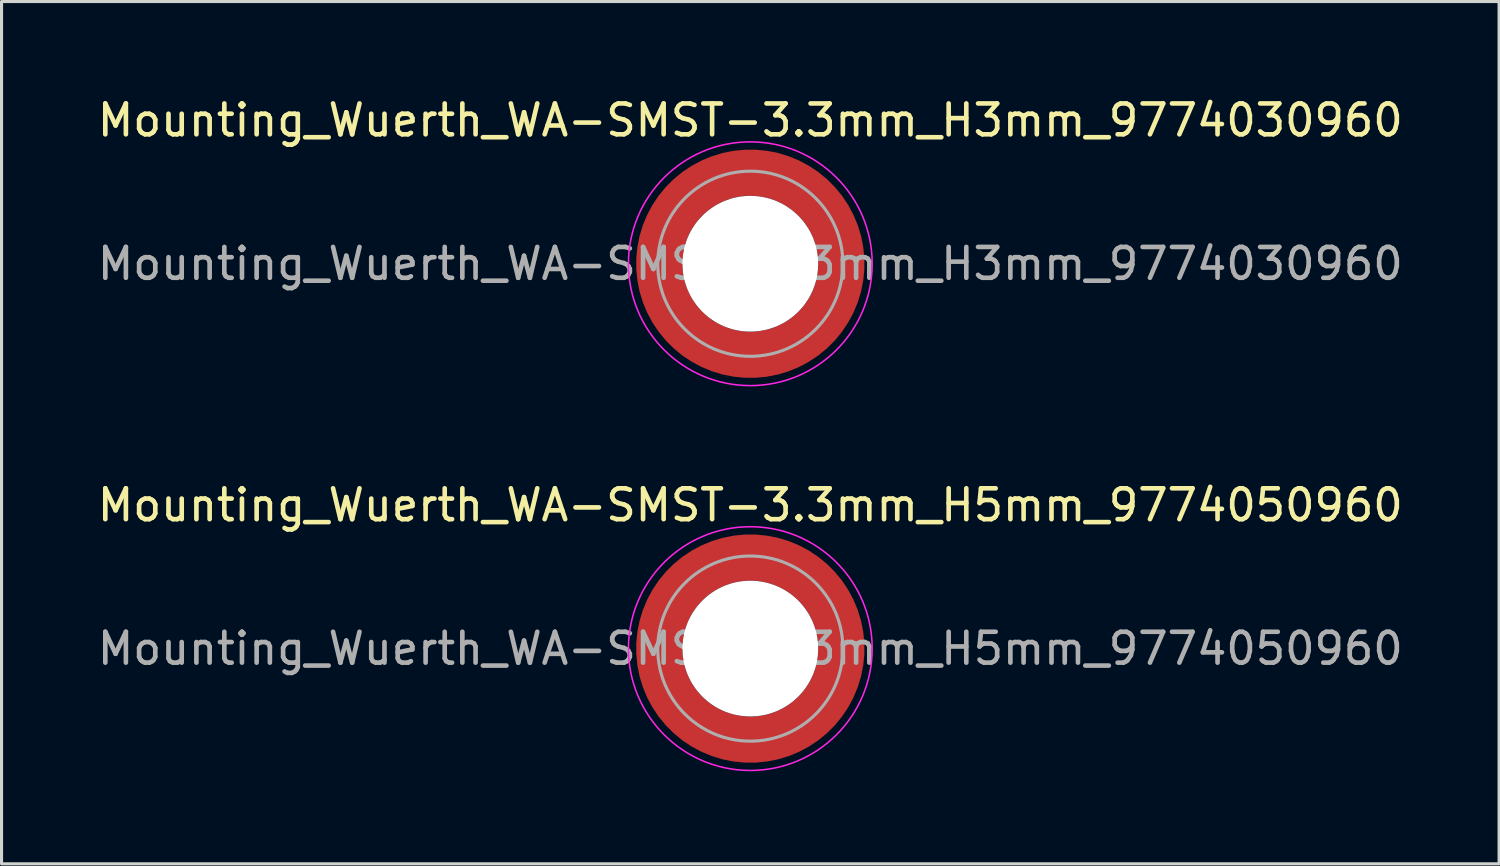
<source format=kicad_pcb>
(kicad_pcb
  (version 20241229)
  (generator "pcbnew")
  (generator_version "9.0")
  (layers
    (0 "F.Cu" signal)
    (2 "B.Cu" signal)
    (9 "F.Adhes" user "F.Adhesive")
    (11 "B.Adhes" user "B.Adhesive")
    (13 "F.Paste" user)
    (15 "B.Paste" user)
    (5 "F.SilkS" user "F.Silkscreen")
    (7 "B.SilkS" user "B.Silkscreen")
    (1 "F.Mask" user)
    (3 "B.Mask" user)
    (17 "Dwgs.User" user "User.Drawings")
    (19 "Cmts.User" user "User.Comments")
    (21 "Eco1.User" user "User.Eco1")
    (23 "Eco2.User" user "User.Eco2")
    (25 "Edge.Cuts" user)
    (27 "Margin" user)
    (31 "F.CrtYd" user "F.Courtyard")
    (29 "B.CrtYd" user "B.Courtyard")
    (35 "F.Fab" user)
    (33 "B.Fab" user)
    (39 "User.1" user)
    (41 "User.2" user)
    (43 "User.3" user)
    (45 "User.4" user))
  (footprint "Mounting_Wuerth_WA-SMST-3.3mm_H3mm_9774030960"
    (layer "F.Cu")
    (at 21.268 5.498)
    (property "Reference" "Mounting_Wuerth_WA-SMST-3.3mm_H3mm_9774030960" (at 0 -4.65 0) (layer "F.SilkS") (effects (font (size 1 1) (thickness 0.15))))
    (property "Mouser Part no." "" (at 0 0 0) (layer "F.Fab") (effects (font (size 1.27 1.27) (thickness 0.15))))
    (property "Mouser link" "" (at 0 0 0) (layer "F.Fab") (effects (font (size 1.27 1.27) (thickness 0.15))))
    (attr smd)
    (fp_circle (center 0 0) (end 3.95 0) (stroke (width 0.05) (type solid)) (fill no) (layer "F.CrtYd"))
    (fp_circle (center 0 0) (end 3 0) (stroke (width 0.1) (type solid)) (fill no) (layer "F.Fab"))
    (fp_text user "${REFERENCE}" (at 0 0 0) (layer "F.Fab") (effects (font (size 1 1) (thickness 0.15))))
    (pad "" smd custom (at -2.058 -2.058) (size 0.7 0.7) (layers "F.Paste") (options (anchor circle)) (primitives (gr_arc (start -0.377294 1.707681) (mid 0.317579 0.318817) (end 1.705947 -0.377044) (width 0.2)) (gr_arc (start -0.478281 1.707681) (mid 0.246161 0.248814) (end 1.703965 -0.477765) (width 0.2)) (gr_arc (start -0.579192 1.707681) (mid 0.175492 0.178063) (end 1.704077 -0.578711) (width 0.2)) (gr_arc (start -0.680037 1.707681) (mid 0.105568 0.106564) (end 1.706284 -0.679858) (width 0.2)) (gr_arc (start -0.780822 1.707681) (mid 0.034627 0.036085) (end 1.705634 -0.780569) (width 0.2)) (gr_arc (start -0.881554 1.707681) (mid -0.035694 -0.035016) (end 1.706729 -0.881441) (width 0.2)) (gr_arc (start -0.982237 1.707681) (mid -0.107281 -0.10485) (end 1.704266 -0.981842) (width 0.2)) (gr_arc (start -1.082877 1.707681) (mid -0.178372 -0.175181) (end 1.703197 -1.082374) (width 0.2)) (gr_arc (start -1.183476 1.707681) (mid -0.248964 -0.246008) (end 1.703525 -1.183025) (width 0.2)) (gr_arc (start -1.28404 1.707681) (mid -0.319062 -0.317333) (end 1.70525 -1.283784) (width 0.2)) (gr_line (start 1.708 -0.377) (end 1.708 -1.284) (width 0.2)) (gr_line (start -0.377 1.708) (end -1.284 1.708) (width 0.2))))
    (pad "" smd custom (at -2.058 2.058) (size 0.7 0.7) (layers "F.Paste") (options (anchor circle)) (primitives (gr_arc (start 1.707681 0.377294) (mid 0.318817 -0.317579) (end -0.377044 -1.705947) (width 0.2)) (gr_arc (start 1.707681 0.478281) (mid 0.248814 -0.246161) (end -0.477765 -1.703965) (width 0.2)) (gr_arc (start 1.707681 0.579192) (mid 0.178063 -0.175492) (end -0.578711 -1.704077) (width 0.2)) (gr_arc (start 1.707681 0.680037) (mid 0.106564 -0.105568) (end -0.679858 -1.706284) (width 0.2)) (gr_arc (start 1.707681 0.780822) (mid 0.036085 -0.034627) (end -0.780569 -1.705634) (width 0.2)) (gr_arc (start 1.707681 0.881554) (mid -0.035016 0.035694) (end -0.881441 -1.706729) (width 0.2)) (gr_arc (start 1.707681 0.982237) (mid -0.10485 0.107281) (end -0.981842 -1.704266) (width 0.2)) (gr_arc (start 1.707681 1.082877) (mid -0.175181 0.178372) (end -1.082374 -1.703197) (width 0.2)) (gr_arc (start 1.707681 1.183476) (mid -0.246008 0.248964) (end -1.183025 -1.703525) (width 0.2)) (gr_arc (start 1.707681 1.28404) (mid -0.317333 0.319062) (end -1.283784 -1.70525) (width 0.2)) (gr_line (start -0.377 -1.708) (end -1.284 -1.708) (width 0.2)) (gr_line (start 1.708 0.377) (end 1.708 1.284) (width 0.2))))
    (pad "" np_thru_hole circle (at 0 0) (size 4.4 4.4) (drill 4.4) (layers "*.Cu" "*.Mask"))
    (pad "" smd custom (at 2.058 -2.058) (size 0.7 0.7) (layers "F.Paste") (options (anchor circle)) (primitives (gr_arc (start -1.707681 -0.377294) (mid -0.318817 0.317579) (end 0.377044 1.705947) (width 0.2)) (gr_arc (start -1.707681 -0.478281) (mid -0.248814 0.246161) (end 0.477765 1.703965) (width 0.2)) (gr_arc (start -1.707681 -0.579192) (mid -0.178063 0.175492) (end 0.578711 1.704077) (width 0.2)) (gr_arc (start -1.707681 -0.680037) (mid -0.106564 0.105568) (end 0.679858 1.706284) (width 0.2)) (gr_arc (start -1.707681 -0.780822) (mid -0.036085 0.034627) (end 0.780569 1.705634) (width 0.2)) (gr_arc (start -1.707681 -0.881554) (mid 0.035016 -0.035694) (end 0.881441 1.706729) (width 0.2)) (gr_arc (start -1.707681 -0.982237) (mid 0.10485 -0.107281) (end 0.981842 1.704266) (width 0.2)) (gr_arc (start -1.707681 -1.082877) (mid 0.175181 -0.178372) (end 1.082374 1.703197) (width 0.2)) (gr_arc (start -1.707681 -1.183476) (mid 0.246008 -0.248964) (end 1.183025 1.703525) (width 0.2)) (gr_arc (start -1.707681 -1.28404) (mid 0.317333 -0.319062) (end 1.283784 1.70525) (width 0.2)) (gr_line (start 0.377 1.708) (end 1.284 1.708) (width 0.2)) (gr_line (start -1.708 -0.377) (end -1.708 -1.284) (width 0.2))))
    (pad "" smd custom (at 2.058 2.058) (size 0.7 0.7) (layers "F.Paste") (options (anchor circle)) (primitives (gr_arc (start 0.377294 -1.707681) (mid -0.317579 -0.318817) (end -1.705947 0.377044) (width 0.2)) (gr_arc (start 0.478281 -1.707681) (mid -0.246161 -0.248814) (end -1.703965 0.477765) (width 0.2)) (gr_arc (start 0.579192 -1.707681) (mid -0.175492 -0.178063) (end -1.704077 0.578711) (width 0.2)) (gr_arc (start 0.680037 -1.707681) (mid -0.105568 -0.106564) (end -1.706284 0.679858) (width 0.2)) (gr_arc (start 0.780822 -1.707681) (mid -0.034627 -0.036085) (end -1.705634 0.780569) (width 0.2)) (gr_arc (start 0.881554 -1.707681) (mid 0.035694 0.035016) (end -1.706729 0.881441) (width 0.2)) (gr_arc (start 0.982237 -1.707681) (mid 0.107281 0.10485) (end -1.704266 0.981842) (width 0.2)) (gr_arc (start 1.082877 -1.707681) (mid 0.178372 0.175181) (end -1.703197 1.082374) (width 0.2)) (gr_arc (start 1.183476 -1.707681) (mid 0.248964 0.246008) (end -1.703525 1.183025) (width 0.2)) (gr_arc (start 1.28404 -1.707681) (mid 0.319062 0.317333) (end -1.70525 1.283784) (width 0.2)) (gr_line (start -1.708 0.377) (end -1.708 1.284) (width 0.2)) (gr_line (start 0.377 -1.708) (end 1.284 -1.708) (width 0.2))))
    (pad "1" smd circle (at -2.95 0) (size 1.1 1.1) (layers "F.Cu"))
    (pad "1" smd circle (at 0 -2.95) (size 1.1 1.1) (layers "F.Cu"))
    (pad "1" smd circle (at 0 2.95) (size 1.1 1.1) (layers "F.Cu"))
    (pad "1" smd custom (at 2.95 0) (size 1.1 1.1) (layers "F.Cu" "F.Mask") (options (anchor circle)) (primitives (gr_circle (center -2.95 0) (end 0 0) (width 1.5) (fill no)))))
  (footprint "Mounting_Wuerth_WA-SMST-3.3mm_H5mm_9774050960"
    (layer "F.Cu")
    (at 21.268 17.971)
    (property "Reference" "Mounting_Wuerth_WA-SMST-3.3mm_H5mm_9774050960" (at 0 -4.65 0) (layer "F.SilkS") (effects (font (size 1 1) (thickness 0.15))))
    (property "Mouser Part no." "" (at 0 0 0) (layer "F.Fab") (effects (font (size 1.27 1.27) (thickness 0.15))))
    (property "Mouser link" "" (at 0 0 0) (layer "F.Fab") (effects (font (size 1.27 1.27) (thickness 0.15))))
    (attr smd)
    (fp_circle (center 0 0) (end 3.95 0) (stroke (width 0.05) (type solid)) (fill no) (layer "F.CrtYd"))
    (fp_circle (center 0 0) (end 3 0) (stroke (width 0.1) (type solid)) (fill no) (layer "F.Fab"))
    (fp_text user "${REFERENCE}" (at 0 0 0) (layer "F.Fab") (effects (font (size 1 1) (thickness 0.15))))
    (pad "" smd custom (at -2.058 -2.058) (size 0.7 0.7) (layers "F.Paste") (options (anchor circle)) (primitives (gr_arc (start -0.377294 1.707681) (mid 0.317579 0.318817) (end 1.705947 -0.377044) (width 0.2)) (gr_arc (start -0.478281 1.707681) (mid 0.246161 0.248814) (end 1.703965 -0.477765) (width 0.2)) (gr_arc (start -0.579192 1.707681) (mid 0.175492 0.178063) (end 1.704077 -0.578711) (width 0.2)) (gr_arc (start -0.680037 1.707681) (mid 0.105568 0.106564) (end 1.706284 -0.679858) (width 0.2)) (gr_arc (start -0.780822 1.707681) (mid 0.034627 0.036085) (end 1.705634 -0.780569) (width 0.2)) (gr_arc (start -0.881554 1.707681) (mid -0.035694 -0.035016) (end 1.706729 -0.881441) (width 0.2)) (gr_arc (start -0.982237 1.707681) (mid -0.107281 -0.10485) (end 1.704266 -0.981842) (width 0.2)) (gr_arc (start -1.082877 1.707681) (mid -0.178372 -0.175181) (end 1.703197 -1.082374) (width 0.2)) (gr_arc (start -1.183476 1.707681) (mid -0.248964 -0.246008) (end 1.703525 -1.183025) (width 0.2)) (gr_arc (start -1.28404 1.707681) (mid -0.319062 -0.317333) (end 1.70525 -1.283784) (width 0.2)) (gr_line (start 1.708 -0.377) (end 1.708 -1.284) (width 0.2)) (gr_line (start -0.377 1.708) (end -1.284 1.708) (width 0.2))))
    (pad "" smd custom (at -2.058 2.058) (size 0.7 0.7) (layers "F.Paste") (options (anchor circle)) (primitives (gr_arc (start 1.707681 0.377294) (mid 0.318817 -0.317579) (end -0.377044 -1.705947) (width 0.2)) (gr_arc (start 1.707681 0.478281) (mid 0.248814 -0.246161) (end -0.477765 -1.703965) (width 0.2)) (gr_arc (start 1.707681 0.579192) (mid 0.178063 -0.175492) (end -0.578711 -1.704077) (width 0.2)) (gr_arc (start 1.707681 0.680037) (mid 0.106564 -0.105568) (end -0.679858 -1.706284) (width 0.2)) (gr_arc (start 1.707681 0.780822) (mid 0.036085 -0.034627) (end -0.780569 -1.705634) (width 0.2)) (gr_arc (start 1.707681 0.881554) (mid -0.035016 0.035694) (end -0.881441 -1.706729) (width 0.2)) (gr_arc (start 1.707681 0.982237) (mid -0.10485 0.107281) (end -0.981842 -1.704266) (width 0.2)) (gr_arc (start 1.707681 1.082877) (mid -0.175181 0.178372) (end -1.082374 -1.703197) (width 0.2)) (gr_arc (start 1.707681 1.183476) (mid -0.246008 0.248964) (end -1.183025 -1.703525) (width 0.2)) (gr_arc (start 1.707681 1.28404) (mid -0.317333 0.319062) (end -1.283784 -1.70525) (width 0.2)) (gr_line (start -0.377 -1.708) (end -1.284 -1.708) (width 0.2)) (gr_line (start 1.708 0.377) (end 1.708 1.284) (width 0.2))))
    (pad "" np_thru_hole circle (at 0 0) (size 4.4 4.4) (drill 4.4) (layers "*.Cu" "*.Mask"))
    (pad "" smd custom (at 2.058 -2.058) (size 0.7 0.7) (layers "F.Paste") (options (anchor circle)) (primitives (gr_arc (start -1.707681 -0.377294) (mid -0.318817 0.317579) (end 0.377044 1.705947) (width 0.2)) (gr_arc (start -1.707681 -0.478281) (mid -0.248814 0.246161) (end 0.477765 1.703965) (width 0.2)) (gr_arc (start -1.707681 -0.579192) (mid -0.178063 0.175492) (end 0.578711 1.704077) (width 0.2)) (gr_arc (start -1.707681 -0.680037) (mid -0.106564 0.105568) (end 0.679858 1.706284) (width 0.2)) (gr_arc (start -1.707681 -0.780822) (mid -0.036085 0.034627) (end 0.780569 1.705634) (width 0.2)) (gr_arc (start -1.707681 -0.881554) (mid 0.035016 -0.035694) (end 0.881441 1.706729) (width 0.2)) (gr_arc (start -1.707681 -0.982237) (mid 0.10485 -0.107281) (end 0.981842 1.704266) (width 0.2)) (gr_arc (start -1.707681 -1.082877) (mid 0.175181 -0.178372) (end 1.082374 1.703197) (width 0.2)) (gr_arc (start -1.707681 -1.183476) (mid 0.246008 -0.248964) (end 1.183025 1.703525) (width 0.2)) (gr_arc (start -1.707681 -1.28404) (mid 0.317333 -0.319062) (end 1.283784 1.70525) (width 0.2)) (gr_line (start 0.377 1.708) (end 1.284 1.708) (width 0.2)) (gr_line (start -1.708 -0.377) (end -1.708 -1.284) (width 0.2))))
    (pad "" smd custom (at 2.058 2.058) (size 0.7 0.7) (layers "F.Paste") (options (anchor circle)) (primitives (gr_arc (start 0.377294 -1.707681) (mid -0.317579 -0.318817) (end -1.705947 0.377044) (width 0.2)) (gr_arc (start 0.478281 -1.707681) (mid -0.246161 -0.248814) (end -1.703965 0.477765) (width 0.2)) (gr_arc (start 0.579192 -1.707681) (mid -0.175492 -0.178063) (end -1.704077 0.578711) (width 0.2)) (gr_arc (start 0.680037 -1.707681) (mid -0.105568 -0.106564) (end -1.706284 0.679858) (width 0.2)) (gr_arc (start 0.780822 -1.707681) (mid -0.034627 -0.036085) (end -1.705634 0.780569) (width 0.2)) (gr_arc (start 0.881554 -1.707681) (mid 0.035694 0.035016) (end -1.706729 0.881441) (width 0.2)) (gr_arc (start 0.982237 -1.707681) (mid 0.107281 0.10485) (end -1.704266 0.981842) (width 0.2)) (gr_arc (start 1.082877 -1.707681) (mid 0.178372 0.175181) (end -1.703197 1.082374) (width 0.2)) (gr_arc (start 1.183476 -1.707681) (mid 0.248964 0.246008) (end -1.703525 1.183025) (width 0.2)) (gr_arc (start 1.28404 -1.707681) (mid 0.319062 0.317333) (end -1.70525 1.283784) (width 0.2)) (gr_line (start -1.708 0.377) (end -1.708 1.284) (width 0.2)) (gr_line (start 0.377 -1.708) (end 1.284 -1.708) (width 0.2))))
    (pad "1" smd circle (at -2.95 0) (size 1.1 1.1) (layers "F.Cu"))
    (pad "1" smd circle (at 0 -2.95) (size 1.1 1.1) (layers "F.Cu"))
    (pad "1" smd circle (at 0 2.95) (size 1.1 1.1) (layers "F.Cu"))
    (pad "1" smd custom (at 2.95 0) (size 1.1 1.1) (layers "F.Cu" "F.Mask") (options (anchor circle)) (primitives (gr_circle (center -2.95 0) (end 0 0) (width 1.5) (fill no)))))
  (gr_rect
    (start -3 -3)
    (end 45.536 24.947)
    (stroke (width 0.1) (type default))
    (fill no)
    (layer "Edge.Cuts")))
</source>
